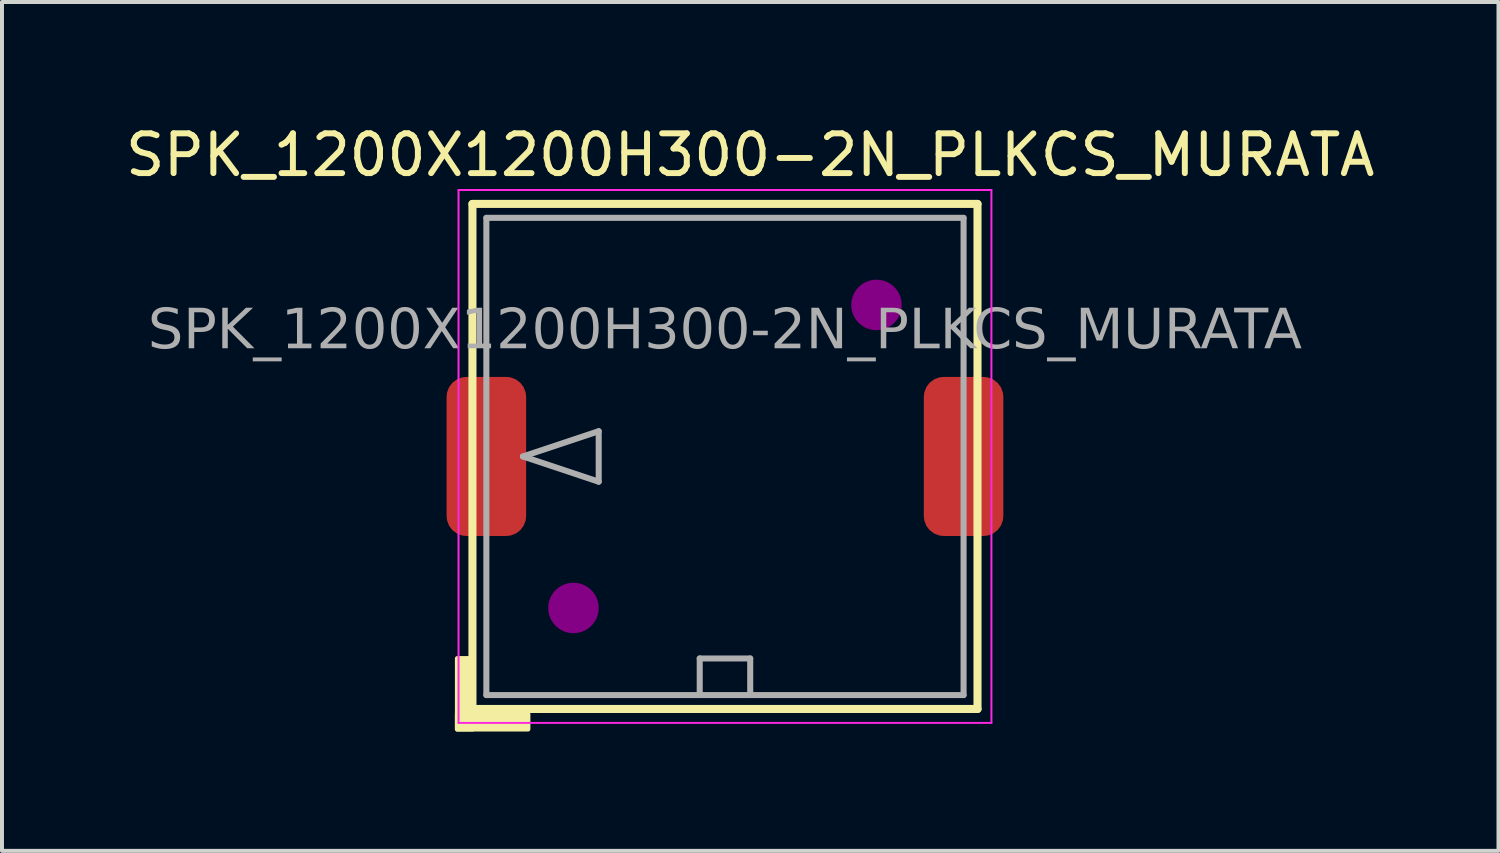
<source format=kicad_pcb>
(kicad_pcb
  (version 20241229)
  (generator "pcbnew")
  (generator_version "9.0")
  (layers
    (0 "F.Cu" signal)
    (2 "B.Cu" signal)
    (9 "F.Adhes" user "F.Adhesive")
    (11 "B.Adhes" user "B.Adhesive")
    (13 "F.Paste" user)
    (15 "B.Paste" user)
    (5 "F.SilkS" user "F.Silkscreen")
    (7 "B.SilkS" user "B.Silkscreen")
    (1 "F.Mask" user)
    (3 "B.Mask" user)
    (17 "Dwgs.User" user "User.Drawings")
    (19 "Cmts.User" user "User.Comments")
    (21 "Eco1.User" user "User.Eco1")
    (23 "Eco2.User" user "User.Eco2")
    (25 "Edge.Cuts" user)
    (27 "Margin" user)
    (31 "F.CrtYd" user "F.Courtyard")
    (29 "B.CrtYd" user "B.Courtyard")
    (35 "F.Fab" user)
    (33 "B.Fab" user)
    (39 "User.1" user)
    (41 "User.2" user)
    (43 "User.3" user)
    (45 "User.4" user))
  (footprint "SPK_1200X1200H300-2N_PLKCS_MURATA"
    (layer "F.Cu")
    (at 15.18 8.428)
    (property "Reference" "SPK_1200X1200H300-2N_PLKCS_MURATA" (at 0.635 -7.58 0) (layer "F.SilkS") (effects (font (size 1 1) (thickness 0.15))))
    (attr smd)
    (fp_line (start -6.35 6.35) (end -6.35 -6.35) (stroke (width 0.203) (type solid)) (layer "F.SilkS"))
    (fp_line (start 6.35 -6.35) (end -6.35 -6.35) (stroke (width 0.203) (type solid)) (layer "F.SilkS"))
    (fp_line (start 6.35 6.35) (end -6.35 6.35) (stroke (width 0.203) (type solid)) (layer "F.SilkS"))
    (fp_line (start 6.35 6.35) (end 6.35 -6.35) (stroke (width 0.203) (type solid)) (layer "F.SilkS"))
    (fp_rect (start -6.731 6.477) (end -4.953 6.858) (stroke (width 0.12) (type solid)) (fill yes) (layer "F.SilkS"))
    (fp_rect (start -6.35 5.08) (end -6.731 6.858) (stroke (width 0.12) (type solid)) (fill yes) (layer "F.SilkS"))
    (fp_circle (center -3.81 3.81) (end -3.175 3.81) (stroke (width 0) (type solid)) (fill yes) (layer "F.Adhes"))
    (fp_circle (center 3.81 -3.81) (end 4.445 -3.81) (stroke (width 0) (type solid)) (fill yes) (layer "F.Adhes"))
    (fp_line (start -6.7 -6.7) (end -6.7 6.7) (stroke (width 0.05) (type solid)) (layer "F.CrtYd"))
    (fp_line (start -6.7 -6.7) (end 6.7 -6.7) (stroke (width 0.05) (type solid)) (layer "F.CrtYd"))
    (fp_line (start -6.7 6.7) (end 6.7 6.7) (stroke (width 0.05) (type solid)) (layer "F.CrtYd"))
    (fp_line (start 6.7 -6.7) (end 6.7 6.7) (stroke (width 0.05) (type solid)) (layer "F.CrtYd"))
    (fp_line (start -6 -6) (end -6 6) (stroke (width 0.152) (type solid)) (layer "F.Fab"))
    (fp_line (start -6 6) (end 6 6) (stroke (width 0.152) (type solid)) (layer "F.Fab"))
    (fp_line (start -5.08 0) (end -3.175 0.635) (stroke (width 0.152) (type solid)) (layer "F.Fab"))
    (fp_line (start -3.175 -0.635) (end -5.08 0) (stroke (width 0.152) (type solid)) (layer "F.Fab"))
    (fp_line (start -3.175 0.635) (end -3.175 -0.635) (stroke (width 0.152) (type solid)) (layer "F.Fab"))
    (fp_line (start -0.635 5.08) (end -0.635 6) (stroke (width 0.152) (type solid)) (layer "F.Fab"))
    (fp_line (start -0.635 5.08) (end 0.635 5.08) (stroke (width 0.152) (type solid)) (layer "F.Fab"))
    (fp_line (start 0.635 5.08) (end 0.635 6) (stroke (width 0.152) (type solid)) (layer "F.Fab"))
    (fp_line (start 6 -6) (end -6 -6) (stroke (width 0.152) (type solid)) (layer "F.Fab"))
    (fp_line (start 6 6) (end 6 -6) (stroke (width 0.152) (type solid)) (layer "F.Fab"))
    (fp_text user "${REFERENCE}" (at 0 -3.135 0) (layer "F.Fab") (effects (font (face "Tahoma") (size 1 1) (thickness 0.15))))
    (pad "1" smd roundrect (at -6 0) (size 2 4) (layers "F.Cu" "F.Mask" "F.Paste") (roundrect_rratio 0.25))
    (pad "2" smd roundrect (at 6 0) (size 2 4) (layers "F.Cu" "F.Mask" "F.Paste") (roundrect_rratio 0.25)))
  (gr_rect
    (start -3 -3)
    (end 34.631 18.346)
    (stroke (width 0.1) (type default))
    (fill no)
    (layer "Edge.Cuts")))
</source>
